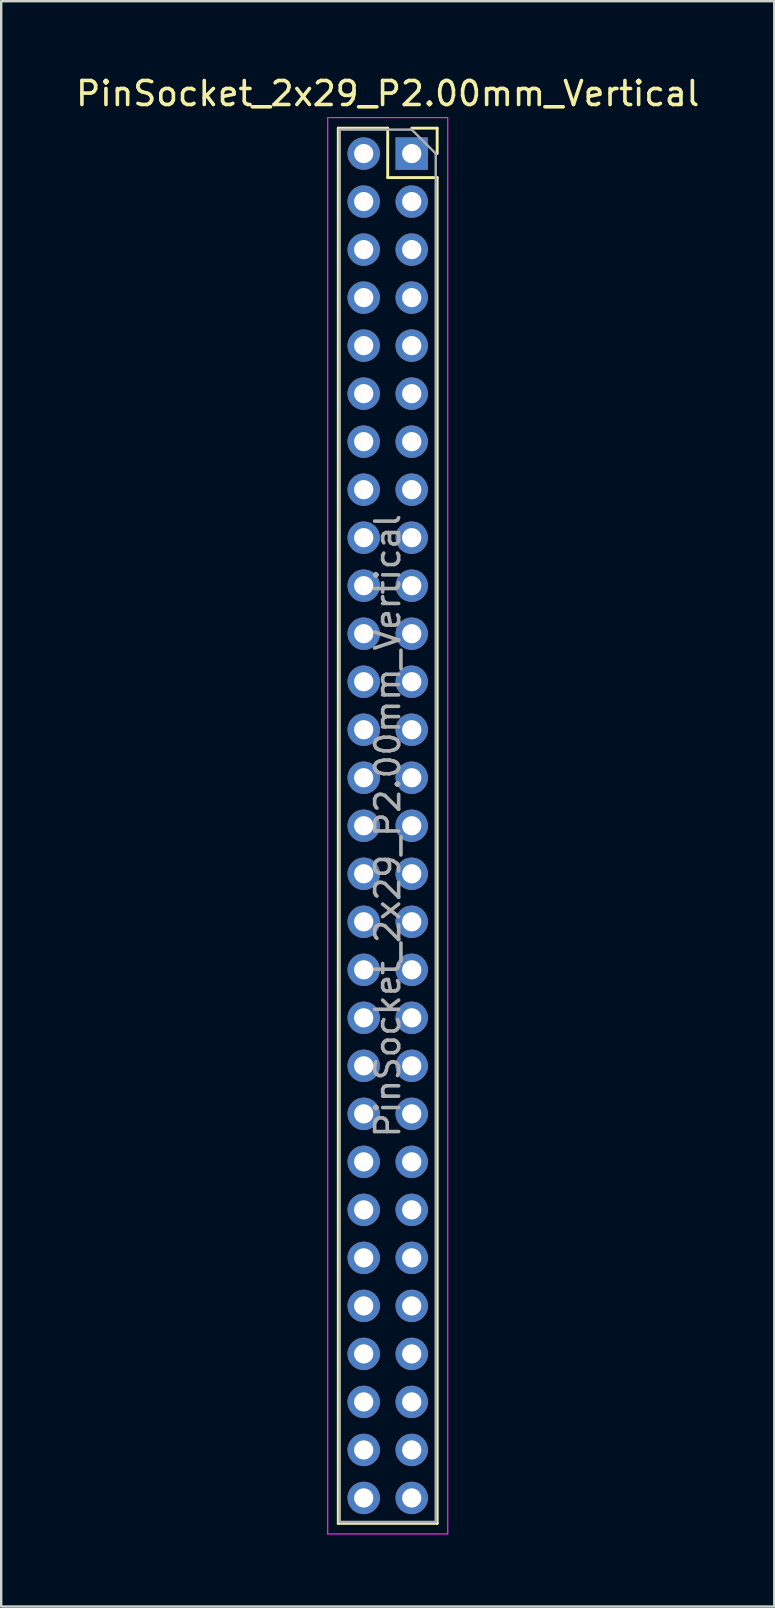
<source format=kicad_pcb>
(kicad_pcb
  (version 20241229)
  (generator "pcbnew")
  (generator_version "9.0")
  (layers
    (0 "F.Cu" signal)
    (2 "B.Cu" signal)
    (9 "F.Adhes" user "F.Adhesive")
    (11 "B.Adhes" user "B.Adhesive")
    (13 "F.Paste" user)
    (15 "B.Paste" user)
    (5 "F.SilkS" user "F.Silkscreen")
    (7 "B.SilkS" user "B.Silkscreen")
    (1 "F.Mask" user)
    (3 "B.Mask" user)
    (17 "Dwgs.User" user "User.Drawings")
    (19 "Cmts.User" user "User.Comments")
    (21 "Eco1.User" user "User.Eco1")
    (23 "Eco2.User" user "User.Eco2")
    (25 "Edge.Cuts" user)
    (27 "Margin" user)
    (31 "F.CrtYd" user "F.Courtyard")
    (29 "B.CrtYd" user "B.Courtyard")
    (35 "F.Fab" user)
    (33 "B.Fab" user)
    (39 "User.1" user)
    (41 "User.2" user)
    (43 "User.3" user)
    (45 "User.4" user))
  (footprint "PinSocket_2x29_P2.00mm_Vertical"
    (layer "F.Cu")
    (at 14.101 3.348)
    (property "Reference" "PinSocket_2x29_P2.00mm_Vertical" (at -1 -2.5 0) (layer "F.SilkS") (effects (font (size 1 1) (thickness 0.15))))
    (attr through_hole)
    (fp_line (start -3.06 -1.06) (end -3.06 57.06) (stroke (width 0.12) (type solid)) (layer "F.SilkS"))
    (fp_line (start -3.06 -1.06) (end -1 -1.06) (stroke (width 0.12) (type solid)) (layer "F.SilkS"))
    (fp_line (start -3.06 57.06) (end 1.06 57.06) (stroke (width 0.12) (type solid)) (layer "F.SilkS"))
    (fp_line (start -1 -1.06) (end -1 1) (stroke (width 0.12) (type solid)) (layer "F.SilkS"))
    (fp_line (start -1 1) (end 1.06 1) (stroke (width 0.12) (type solid)) (layer "F.SilkS"))
    (fp_line (start 0 -1.06) (end 1.06 -1.06) (stroke (width 0.12) (type solid)) (layer "F.SilkS"))
    (fp_line (start 1.06 -1.06) (end 1.06 0) (stroke (width 0.12) (type solid)) (layer "F.SilkS"))
    (fp_line (start 1.06 1) (end 1.06 57.06) (stroke (width 0.12) (type solid)) (layer "F.SilkS"))
    (fp_line (start -3.5 -1.5) (end 1.5 -1.5) (stroke (width 0.05) (type solid)) (layer "F.CrtYd"))
    (fp_line (start -3.5 57.5) (end -3.5 -1.5) (stroke (width 0.05) (type solid)) (layer "F.CrtYd"))
    (fp_line (start 1.5 -1.5) (end 1.5 57.5) (stroke (width 0.05) (type solid)) (layer "F.CrtYd"))
    (fp_line (start 1.5 57.5) (end -3.5 57.5) (stroke (width 0.05) (type solid)) (layer "F.CrtYd"))
    (fp_line (start -3 -1) (end 0 -1) (stroke (width 0.1) (type solid)) (layer "F.Fab"))
    (fp_line (start -3 57) (end -3 -1) (stroke (width 0.1) (type solid)) (layer "F.Fab"))
    (fp_line (start 0 -1) (end 1 0) (stroke (width 0.1) (type solid)) (layer "F.Fab"))
    (fp_line (start 1 0) (end 1 57) (stroke (width 0.1) (type solid)) (layer "F.Fab"))
    (fp_line (start 1 57) (end -3 57) (stroke (width 0.1) (type solid)) (layer "F.Fab"))
    (fp_text user "${REFERENCE}" (at -1 28 90) (layer "F.Fab") (effects (font (size 1 1) (thickness 0.15))))
    (pad "1" thru_hole rect (at 0 0) (size 1.35 1.35) (drill 0.8) (layers "*.Cu" "*.Mask"))
    (pad "2" thru_hole oval (at -2 0) (size 1.35 1.35) (drill 0.8) (layers "*.Cu" "*.Mask"))
    (pad "3" thru_hole oval (at 0 2) (size 1.35 1.35) (drill 0.8) (layers "*.Cu" "*.Mask"))
    (pad "4" thru_hole oval (at -2 2) (size 1.35 1.35) (drill 0.8) (layers "*.Cu" "*.Mask"))
    (pad "5" thru_hole oval (at 0 4) (size 1.35 1.35) (drill 0.8) (layers "*.Cu" "*.Mask"))
    (pad "6" thru_hole oval (at -2 4) (size 1.35 1.35) (drill 0.8) (layers "*.Cu" "*.Mask"))
    (pad "7" thru_hole oval (at 0 6) (size 1.35 1.35) (drill 0.8) (layers "*.Cu" "*.Mask"))
    (pad "8" thru_hole oval (at -2 6) (size 1.35 1.35) (drill 0.8) (layers "*.Cu" "*.Mask"))
    (pad "9" thru_hole oval (at 0 8) (size 1.35 1.35) (drill 0.8) (layers "*.Cu" "*.Mask"))
    (pad "10" thru_hole oval (at -2 8) (size 1.35 1.35) (drill 0.8) (layers "*.Cu" "*.Mask"))
    (pad "11" thru_hole oval (at 0 10) (size 1.35 1.35) (drill 0.8) (layers "*.Cu" "*.Mask"))
    (pad "12" thru_hole oval (at -2 10) (size 1.35 1.35) (drill 0.8) (layers "*.Cu" "*.Mask"))
    (pad "13" thru_hole oval (at 0 12) (size 1.35 1.35) (drill 0.8) (layers "*.Cu" "*.Mask"))
    (pad "14" thru_hole oval (at -2 12) (size 1.35 1.35) (drill 0.8) (layers "*.Cu" "*.Mask"))
    (pad "15" thru_hole oval (at 0 14) (size 1.35 1.35) (drill 0.8) (layers "*.Cu" "*.Mask"))
    (pad "16" thru_hole oval (at -2 14) (size 1.35 1.35) (drill 0.8) (layers "*.Cu" "*.Mask"))
    (pad "17" thru_hole oval (at 0 16) (size 1.35 1.35) (drill 0.8) (layers "*.Cu" "*.Mask"))
    (pad "18" thru_hole oval (at -2 16) (size 1.35 1.35) (drill 0.8) (layers "*.Cu" "*.Mask"))
    (pad "19" thru_hole oval (at 0 18) (size 1.35 1.35) (drill 0.8) (layers "*.Cu" "*.Mask"))
    (pad "20" thru_hole oval (at -2 18) (size 1.35 1.35) (drill 0.8) (layers "*.Cu" "*.Mask"))
    (pad "21" thru_hole oval (at 0 20) (size 1.35 1.35) (drill 0.8) (layers "*.Cu" "*.Mask"))
    (pad "22" thru_hole oval (at -2 20) (size 1.35 1.35) (drill 0.8) (layers "*.Cu" "*.Mask"))
    (pad "23" thru_hole oval (at 0 22) (size 1.35 1.35) (drill 0.8) (layers "*.Cu" "*.Mask"))
    (pad "24" thru_hole oval (at -2 22) (size 1.35 1.35) (drill 0.8) (layers "*.Cu" "*.Mask"))
    (pad "25" thru_hole oval (at 0 24) (size 1.35 1.35) (drill 0.8) (layers "*.Cu" "*.Mask"))
    (pad "26" thru_hole oval (at -2 24) (size 1.35 1.35) (drill 0.8) (layers "*.Cu" "*.Mask"))
    (pad "27" thru_hole oval (at 0 26) (size 1.35 1.35) (drill 0.8) (layers "*.Cu" "*.Mask"))
    (pad "28" thru_hole oval (at -2 26) (size 1.35 1.35) (drill 0.8) (layers "*.Cu" "*.Mask"))
    (pad "29" thru_hole oval (at 0 28) (size 1.35 1.35) (drill 0.8) (layers "*.Cu" "*.Mask"))
    (pad "30" thru_hole oval (at -2 28) (size 1.35 1.35) (drill 0.8) (layers "*.Cu" "*.Mask"))
    (pad "31" thru_hole oval (at 0 30) (size 1.35 1.35) (drill 0.8) (layers "*.Cu" "*.Mask"))
    (pad "32" thru_hole oval (at -2 30) (size 1.35 1.35) (drill 0.8) (layers "*.Cu" "*.Mask"))
    (pad "33" thru_hole oval (at 0 32) (size 1.35 1.35) (drill 0.8) (layers "*.Cu" "*.Mask"))
    (pad "34" thru_hole oval (at -2 32) (size 1.35 1.35) (drill 0.8) (layers "*.Cu" "*.Mask"))
    (pad "35" thru_hole oval (at 0 34) (size 1.35 1.35) (drill 0.8) (layers "*.Cu" "*.Mask"))
    (pad "36" thru_hole oval (at -2 34) (size 1.35 1.35) (drill 0.8) (layers "*.Cu" "*.Mask"))
    (pad "37" thru_hole oval (at 0 36) (size 1.35 1.35) (drill 0.8) (layers "*.Cu" "*.Mask"))
    (pad "38" thru_hole oval (at -2 36) (size 1.35 1.35) (drill 0.8) (layers "*.Cu" "*.Mask"))
    (pad "39" thru_hole oval (at 0 38) (size 1.35 1.35) (drill 0.8) (layers "*.Cu" "*.Mask"))
    (pad "40" thru_hole oval (at -2 38) (size 1.35 1.35) (drill 0.8) (layers "*.Cu" "*.Mask"))
    (pad "41" thru_hole oval (at 0 40) (size 1.35 1.35) (drill 0.8) (layers "*.Cu" "*.Mask"))
    (pad "42" thru_hole oval (at -2 40) (size 1.35 1.35) (drill 0.8) (layers "*.Cu" "*.Mask"))
    (pad "43" thru_hole oval (at 0 42) (size 1.35 1.35) (drill 0.8) (layers "*.Cu" "*.Mask"))
    (pad "44" thru_hole oval (at -2 42) (size 1.35 1.35) (drill 0.8) (layers "*.Cu" "*.Mask"))
    (pad "45" thru_hole oval (at 0 44) (size 1.35 1.35) (drill 0.8) (layers "*.Cu" "*.Mask"))
    (pad "46" thru_hole oval (at -2 44) (size 1.35 1.35) (drill 0.8) (layers "*.Cu" "*.Mask"))
    (pad "47" thru_hole oval (at 0 46) (size 1.35 1.35) (drill 0.8) (layers "*.Cu" "*.Mask"))
    (pad "48" thru_hole oval (at -2 46) (size 1.35 1.35) (drill 0.8) (layers "*.Cu" "*.Mask"))
    (pad "49" thru_hole oval (at 0 48) (size 1.35 1.35) (drill 0.8) (layers "*.Cu" "*.Mask"))
    (pad "50" thru_hole oval (at -2 48) (size 1.35 1.35) (drill 0.8) (layers "*.Cu" "*.Mask"))
    (pad "51" thru_hole oval (at 0 50) (size 1.35 1.35) (drill 0.8) (layers "*.Cu" "*.Mask"))
    (pad "52" thru_hole oval (at -2 50) (size 1.35 1.35) (drill 0.8) (layers "*.Cu" "*.Mask"))
    (pad "53" thru_hole oval (at 0 52) (size 1.35 1.35) (drill 0.8) (layers "*.Cu" "*.Mask"))
    (pad "54" thru_hole oval (at -2 52) (size 1.35 1.35) (drill 0.8) (layers "*.Cu" "*.Mask"))
    (pad "55" thru_hole oval (at 0 54) (size 1.35 1.35) (drill 0.8) (layers "*.Cu" "*.Mask"))
    (pad "56" thru_hole oval (at -2 54) (size 1.35 1.35) (drill 0.8) (layers "*.Cu" "*.Mask"))
    (pad "57" thru_hole oval (at 0 56) (size 1.35 1.35) (drill 0.8) (layers "*.Cu" "*.Mask"))
    (pad "58" thru_hole oval (at -2 56) (size 1.35 1.35) (drill 0.8) (layers "*.Cu" "*.Mask")))
  (gr_rect
    (start -3 -3)
    (end 29.202 63.873)
    (stroke (width 0.1) (type default))
    (fill no)
    (layer "Edge.Cuts")))
</source>
